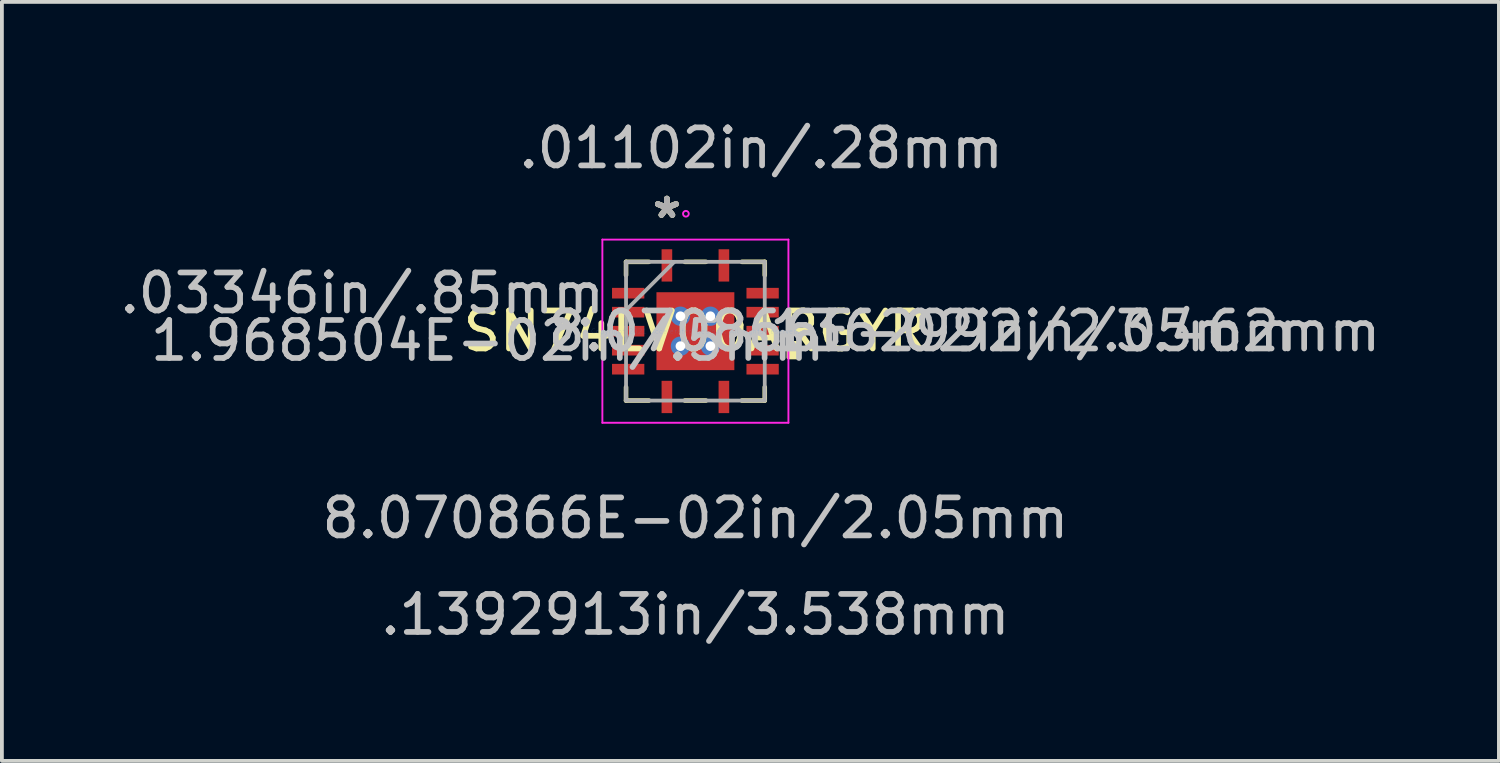
<source format=kicad_pcb>
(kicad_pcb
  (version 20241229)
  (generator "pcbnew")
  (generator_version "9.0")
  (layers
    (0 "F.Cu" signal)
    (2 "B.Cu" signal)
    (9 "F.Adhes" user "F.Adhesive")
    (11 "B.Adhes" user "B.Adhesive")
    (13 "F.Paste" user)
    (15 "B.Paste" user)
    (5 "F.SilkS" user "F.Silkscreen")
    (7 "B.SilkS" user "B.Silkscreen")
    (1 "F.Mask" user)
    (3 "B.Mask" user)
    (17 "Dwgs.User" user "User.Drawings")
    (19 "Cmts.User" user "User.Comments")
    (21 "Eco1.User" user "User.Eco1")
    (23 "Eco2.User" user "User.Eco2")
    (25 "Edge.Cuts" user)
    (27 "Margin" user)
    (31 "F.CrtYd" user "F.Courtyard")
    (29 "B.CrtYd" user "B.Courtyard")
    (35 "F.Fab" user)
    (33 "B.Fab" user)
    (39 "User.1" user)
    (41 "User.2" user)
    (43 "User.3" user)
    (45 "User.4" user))
  (footprint "SN74LV00ARGYR"
    (layer "F.Cu")
    (at 15.249 5.665)
    (property "Reference" "SN74LV00ARGYR" (at 0 0 0) (layer "F.SilkS") (effects (font (size 1 1) (thickness 0.15))))
    (attr through_hole)
    (fp_poly (pts (xy -2.264 -1.21) (xy -2.264 -0.79) (xy -1.274 -0.79) (xy -1.274 -1.21)) (stroke (width 0.1) (type solid)) (fill yes) (layer "F.Mask"))
    (fp_poly (pts (xy -2.264 -0.71) (xy -2.264 -0.29) (xy -1.274 -0.29) (xy -1.274 -0.71)) (stroke (width 0.1) (type solid)) (fill yes) (layer "F.Mask"))
    (fp_poly (pts (xy -2.264 -0.21) (xy -2.264 0.21) (xy -1.274 0.21) (xy -1.274 -0.21)) (stroke (width 0.1) (type solid)) (fill yes) (layer "F.Mask"))
    (fp_poly (pts (xy -2.264 0.29) (xy -2.264 0.71) (xy -1.274 0.71) (xy -1.274 0.29)) (stroke (width 0.1) (type solid)) (fill yes) (layer "F.Mask"))
    (fp_poly (pts (xy -2.264 0.79) (xy -2.264 1.21) (xy -1.274 1.21) (xy -1.274 0.79)) (stroke (width 0.1) (type solid)) (fill yes) (layer "F.Mask"))
    (fp_poly (pts (xy -1.089 -1.089) (xy -0.594 -1.089) (xy -0.594 1.089) (xy -1.089 1.089)) (stroke (width 0.1) (type solid)) (fill yes) (layer "F.Mask"))
    (fp_poly (pts (xy -1.089 -1.089) (xy 1.089 -1.089) (xy 1.089 -0.594) (xy -1.089 -0.594)) (stroke (width 0.1) (type solid)) (fill yes) (layer "F.Mask"))
    (fp_poly (pts (xy -1.089 -0.194) (xy 1.089 -0.194) (xy 1.089 0.194) (xy -1.089 0.194)) (stroke (width 0.1) (type solid)) (fill yes) (layer "F.Mask"))
    (fp_poly (pts (xy -1.089 0.594) (xy 1.089 0.594) (xy 1.089 1.089) (xy -1.089 1.089)) (stroke (width 0.1) (type solid)) (fill yes) (layer "F.Mask"))
    (fp_poly (pts (xy -0.96 -2.226) (xy -0.96 -1.236) (xy -0.54 -1.236) (xy -0.54 -2.226)) (stroke (width 0.1) (type solid)) (fill yes) (layer "F.Mask"))
    (fp_poly (pts (xy -0.96 1.236) (xy -0.96 2.226) (xy -0.54 2.226) (xy -0.54 1.236)) (stroke (width 0.1) (type solid)) (fill yes) (layer "F.Mask"))
    (fp_poly (pts (xy 0.194 -1.089) (xy -0.194 -1.089) (xy -0.194 1.089) (xy 0.194 1.089)) (stroke (width 0.1) (type solid)) (fill yes) (layer "F.Mask"))
    (fp_poly (pts (xy 0.54 -2.226) (xy 0.54 -1.236) (xy 0.96 -1.236) (xy 0.96 -2.226)) (stroke (width 0.1) (type solid)) (fill yes) (layer "F.Mask"))
    (fp_poly (pts (xy 0.54 1.236) (xy 0.54 2.226) (xy 0.96 2.226) (xy 0.96 1.236)) (stroke (width 0.1) (type solid)) (fill yes) (layer "F.Mask"))
    (fp_poly (pts (xy 0.594 -1.089) (xy 1.089 -1.089) (xy 1.089 1.089) (xy 0.594 1.089)) (stroke (width 0.1) (type solid)) (fill yes) (layer "F.Mask"))
    (fp_poly (pts (xy 1.274 -1.21) (xy 1.274 -0.79) (xy 2.264 -0.79) (xy 2.264 -1.21)) (stroke (width 0.1) (type solid)) (fill yes) (layer "F.Mask"))
    (fp_poly (pts (xy 1.274 -0.71) (xy 1.274 -0.29) (xy 2.264 -0.29) (xy 2.264 -0.71)) (stroke (width 0.1) (type solid)) (fill yes) (layer "F.Mask"))
    (fp_poly (pts (xy 1.274 -0.21) (xy 1.274 0.21) (xy 2.264 0.21) (xy 2.264 -0.21)) (stroke (width 0.1) (type solid)) (fill yes) (layer "F.Mask"))
    (fp_poly (pts (xy 1.274 0.29) (xy 1.274 0.71) (xy 2.264 0.71) (xy 2.264 0.29)) (stroke (width 0.1) (type solid)) (fill yes) (layer "F.Mask"))
    (fp_poly (pts (xy 1.274 0.79) (xy 1.274 1.21) (xy 2.264 1.21) (xy 2.264 0.79)) (stroke (width 0.1) (type solid)) (fill yes) (layer "F.Mask"))
    (fp_line (start -1.825 -1.825) (end -1.825 -1.473) (stroke (width 0.12) (type solid)) (layer "F.SilkS"))
    (fp_line (start -1.825 1.473) (end -1.825 1.825) (stroke (width 0.12) (type solid)) (layer "F.SilkS"))
    (fp_line (start -1.825 1.825) (end -1.223 1.825) (stroke (width 0.12) (type solid)) (layer "F.SilkS"))
    (fp_line (start -1.223 -1.825) (end -1.825 -1.825) (stroke (width 0.12) (type solid)) (layer "F.SilkS"))
    (fp_line (start -0.277 1.825) (end 0.277 1.825) (stroke (width 0.12) (type solid)) (layer "F.SilkS"))
    (fp_line (start 0.277 -1.825) (end -0.277 -1.825) (stroke (width 0.12) (type solid)) (layer "F.SilkS"))
    (fp_line (start 1.223 1.825) (end 1.825 1.825) (stroke (width 0.12) (type solid)) (layer "F.SilkS"))
    (fp_line (start 1.825 -1.825) (end 1.223 -1.825) (stroke (width 0.12) (type solid)) (layer "F.SilkS"))
    (fp_line (start 1.825 -1.473) (end 1.825 -1.825) (stroke (width 0.12) (type solid)) (layer "F.SilkS"))
    (fp_line (start 1.825 1.825) (end 1.825 1.473) (stroke (width 0.12) (type solid)) (layer "F.SilkS"))
    (fp_poly (pts (xy 2.702 0.309) (xy 2.702 0.69) (xy 2.448 0.69) (xy 2.448 0.309)) (stroke (width 0.1) (type solid)) (fill yes) (layer "F.SilkS"))
    (fp_poly (pts (xy -2.143 -1.089) (xy -2.143 -0.911) (xy -1.395 -0.911) (xy -1.395 -1.089)) (stroke (width 0.1) (type solid)) (fill yes) (layer "F.Paste"))
    (fp_poly (pts (xy -2.143 -0.589) (xy -2.143 -0.411) (xy -1.395 -0.411) (xy -1.395 -0.589)) (stroke (width 0.1) (type solid)) (fill yes) (layer "F.Paste"))
    (fp_poly (pts (xy -2.143 -0.089) (xy -2.143 0.089) (xy -1.395 0.089) (xy -1.395 -0.089)) (stroke (width 0.1) (type solid)) (fill yes) (layer "F.Paste"))
    (fp_poly (pts (xy -2.143 0.411) (xy -2.143 0.589) (xy -1.395 0.589) (xy -1.395 0.411)) (stroke (width 0.1) (type solid)) (fill yes) (layer "F.Paste"))
    (fp_poly (pts (xy -2.143 0.911) (xy -2.143 1.089) (xy -1.395 1.089) (xy -1.395 0.911)) (stroke (width 0.1) (type solid)) (fill yes) (layer "F.Paste"))
    (fp_poly (pts (xy -0.839 -2.105) (xy -0.839 -1.357) (xy -0.661 -1.357) (xy -0.661 -2.105)) (stroke (width 0.1) (type solid)) (fill yes) (layer "F.Paste"))
    (fp_poly (pts (xy -0.839 1.357) (xy -0.839 2.105) (xy -0.661 2.105) (xy -0.661 1.357)) (stroke (width 0.1) (type solid)) (fill yes) (layer "F.Paste"))
    (fp_poly (pts (xy 0.661 -2.105) (xy 0.661 -1.357) (xy 0.839 -1.357) (xy 0.839 -2.105)) (stroke (width 0.1) (type solid)) (fill yes) (layer "F.Paste"))
    (fp_poly (pts (xy 0.661 1.357) (xy 0.661 2.105) (xy 0.839 2.105) (xy 0.839 1.357)) (stroke (width 0.1) (type solid)) (fill yes) (layer "F.Paste"))
    (fp_poly (pts (xy 1.395 -1.089) (xy 1.395 -0.911) (xy 2.143 -0.911) (xy 2.143 -1.089)) (stroke (width 0.1) (type solid)) (fill yes) (layer "F.Paste"))
    (fp_poly (pts (xy 1.395 -0.589) (xy 1.395 -0.411) (xy 2.143 -0.411) (xy 2.143 -0.589)) (stroke (width 0.1) (type solid)) (fill yes) (layer "F.Paste"))
    (fp_poly (pts (xy 1.395 -0.089) (xy 1.395 0.089) (xy 2.143 0.089) (xy 2.143 -0.089)) (stroke (width 0.1) (type solid)) (fill yes) (layer "F.Paste"))
    (fp_poly (pts (xy 1.395 0.411) (xy 1.395 0.589) (xy 2.143 0.589) (xy 2.143 0.411)) (stroke (width 0.1) (type solid)) (fill yes) (layer "F.Paste"))
    (fp_poly (pts (xy 1.395 0.911) (xy 1.395 1.089) (xy 2.143 1.089) (xy 2.143 0.911)) (stroke (width 0.1) (type solid)) (fill yes) (layer "F.Paste"))
    (fp_poly (pts (xy -0.95 -0.95) (xy -0.95 -0.494) (xy -0.635 -0.494) (xy -0.494 -0.635) (xy -0.494 -0.95)) (stroke (width 0.1) (type solid)) (fill yes) (layer "F.Paste"))
    (fp_poly (pts (xy -0.95 0.494) (xy -0.95 0.95) (xy -0.494 0.95) (xy -0.494 0.635) (xy -0.635 0.494)) (stroke (width 0.1) (type solid)) (fill yes) (layer "F.Paste"))
    (fp_poly (pts (xy 0.494 -0.95) (xy 0.494 -0.635) (xy 0.635 -0.494) (xy 0.95 -0.494) (xy 0.95 -0.95)) (stroke (width 0.1) (type solid)) (fill yes) (layer "F.Paste"))
    (fp_poly (pts (xy 0.635 0.494) (xy 0.494 0.635) (xy 0.494 0.95) (xy 0.95 0.95) (xy 0.95 0.494)) (stroke (width 0.1) (type solid)) (fill yes) (layer "F.Paste"))
    (fp_poly (pts (xy -0.95 -0.294) (xy -0.95 0.294) (xy -0.635 0.294) (xy -0.494 0.152) (xy -0.494 -0.152) (xy -0.635 -0.294)) (stroke (width 0.1) (type solid)) (fill yes) (layer "F.Paste"))
    (fp_poly (pts (xy -0.294 -0.95) (xy -0.294 -0.635) (xy -0.152 -0.494) (xy 0.152 -0.494) (xy 0.294 -0.635) (xy 0.294 -0.95)) (stroke (width 0.1) (type solid)) (fill yes) (layer "F.Paste"))
    (fp_poly (pts (xy -0.152 0.494) (xy -0.294 0.635) (xy -0.294 0.95) (xy 0.294 0.95) (xy 0.294 0.635) (xy 0.152 0.494)) (stroke (width 0.1) (type solid)) (fill yes) (layer "F.Paste"))
    (fp_poly (pts (xy 0.635 -0.294) (xy 0.494 -0.152) (xy 0.494 0.152) (xy 0.635 0.294) (xy 0.95 0.294) (xy 0.95 -0.294)) (stroke (width 0.1) (type solid)) (fill yes) (layer "F.Paste"))
    (fp_poly (pts (xy -0.152 -0.294) (xy -0.294 -0.152) (xy -0.294 0.152) (xy -0.152 0.294) (xy 0.152 0.294) (xy 0.294 0.152) (xy 0.294 -0.152) (xy 0.152 -0.294)) (stroke (width 0.1) (type solid)) (fill yes) (layer "F.Paste"))
    (fp_line (start -2.448 -2.41) (end 2.448 -2.41) (stroke (width 0.05) (type solid)) (layer "F.CrtYd"))
    (fp_line (start -2.448 2.41) (end -2.448 -2.41) (stroke (width 0.05) (type solid)) (layer "F.CrtYd"))
    (fp_line (start 2.448 -2.41) (end 2.448 2.41) (stroke (width 0.05) (type solid)) (layer "F.CrtYd"))
    (fp_line (start 2.448 2.41) (end -2.448 2.41) (stroke (width 0.05) (type solid)) (layer "F.CrtYd"))
    (fp_circle (center -0.25 -3.09) (end -0.174 -3.09) (stroke (width 0.05) (type solid)) (fill no) (layer "F.CrtYd"))
    (fp_line (start -1.825 -1.825) (end -1.825 1.825) (stroke (width 0.1) (type solid)) (layer "F.Fab"))
    (fp_line (start -1.825 -0.555) (end -0.555 -1.825) (stroke (width 0.1) (type solid)) (layer "F.Fab"))
    (fp_line (start -1.825 1.825) (end 1.825 1.825) (stroke (width 0.1) (type solid)) (layer "F.Fab"))
    (fp_line (start 1.825 -1.825) (end -1.825 -1.825) (stroke (width 0.1) (type solid)) (layer "F.Fab"))
    (fp_line (start 1.825 1.825) (end 1.825 -1.825) (stroke (width 0.1) (type solid)) (layer "F.Fab"))
    (fp_text user "*" (at -0.75 -2.943 0) (layer "F.SilkS") (effects (font (size 1 1) (thickness 0.15))))
    (fp_text user "*" (at -0.75 -2.943 0) (layer "F.SilkS") (effects (font (size 1 1) (thickness 0.15))))
    (fp_text user "8.070866E-02in/2.05mm" (at 0 4.919 0) (layer "Dwgs.User") (effects (font (size 1 1) (thickness 0.15))))
    (fp_text user "8.070866E-02in/2.05mm" (at 5.947 0 0) (layer "Dwgs.User") (effects (font (size 1 1) (thickness 0.15))))
    (fp_text user ".1362992in/3.462mm" (at 9.757 0 0) (layer "Dwgs.User") (effects (font (size 1 1) (thickness 0.15))))
    (fp_text user "1.968504E-02in/.5mm" (at -5.465 0.25 0) (layer "Dwgs.User") (effects (font (size 1 1) (thickness 0.15))))
    (fp_text user ".03346in/.85mm" (at -8.767 -1 0) (layer "Dwgs.User") (effects (font (size 1 1) (thickness 0.15))))
    (fp_text user ".01102in/.28mm" (at 1.731 -4.817 0) (layer "Dwgs.User") (effects (font (size 1 1) (thickness 0.15))))
    (fp_text user ".1392913in/3.538mm" (at 0 7.459 0) (layer "Dwgs.User") (effects (font (size 1 1) (thickness 0.15))))
    (fp_text user "Copyright 2021 Accelerated Designs. All rights reserved." (at 0 0 0) (layer "Cmts.User") (effects (font (size 0.127 0.127) (thickness 0.002))))
    (fp_text user "*" (at -0.75 -2.943 0) (layer "F.Fab") (effects (font (size 1 1) (thickness 0.15))))
    (fp_text user "*" (at -0.75 -2.943 0) (layer "F.Fab") (effects (font (size 1 1) (thickness 0.15))))
    (pad "1" smd rect (at -0.75 -1.731) (size 0.28 0.85) (layers "F.Cu" "F.Mask" "F.Paste"))
    (pad "2" smd rect (at -1.769 -1 90) (size 0.28 0.85) (layers "F.Cu" "F.Mask" "F.Paste"))
    (pad "3" smd rect (at -1.769 -0.5 90) (size 0.28 0.85) (layers "F.Cu" "F.Mask" "F.Paste"))
    (pad "4" smd rect (at -1.769 0 90) (size 0.28 0.85) (layers "F.Cu" "F.Mask" "F.Paste"))
    (pad "5" smd rect (at -1.769 0.5 90) (size 0.28 0.85) (layers "F.Cu" "F.Mask" "F.Paste"))
    (pad "6" smd rect (at -1.769 1 90) (size 0.28 0.85) (layers "F.Cu" "F.Mask" "F.Paste"))
    (pad "7" smd rect (at -0.75 1.731) (size 0.28 0.85) (layers "F.Cu" "F.Mask" "F.Paste"))
    (pad "8" smd rect (at 0.75 1.731) (size 0.28 0.85) (layers "F.Cu" "F.Mask" "F.Paste"))
    (pad "9" smd rect (at 1.769 1 90) (size 0.28 0.85) (layers "F.Cu" "F.Mask" "F.Paste"))
    (pad "10" smd rect (at 1.769 0.5 90) (size 0.28 0.85) (layers "F.Cu" "F.Mask" "F.Paste"))
    (pad "11" smd rect (at 1.769 0 90) (size 0.28 0.85) (layers "F.Cu" "F.Mask" "F.Paste"))
    (pad "12" smd rect (at 1.769 -0.5 90) (size 0.28 0.85) (layers "F.Cu" "F.Mask" "F.Paste"))
    (pad "13" smd rect (at 1.769 -1 90) (size 0.28 0.85) (layers "F.Cu" "F.Mask" "F.Paste"))
    (pad "14" smd rect (at 0.75 -1.731) (size 0.28 0.85) (layers "F.Cu" "F.Mask" "F.Paste"))
    (pad "15" smd rect (at 0 0) (size 2.05 2.05) (layers "F.Cu" "F.Mask" "F.Paste"))
    (pad "V" thru_hole circle (at -0.394 -0.394) (size 0.508 0.508) (drill 0.254) (layers "*.Cu" "*.Mask"))
    (pad "V" thru_hole circle (at -0.394 0.394) (size 0.508 0.508) (drill 0.254) (layers "*.Cu" "*.Mask"))
    (pad "V" thru_hole circle (at 0.394 -0.394) (size 0.508 0.508) (drill 0.254) (layers "*.Cu" "*.Mask"))
    (pad "V" thru_hole circle (at 0.394 0.394) (size 0.508 0.508) (drill 0.254) (layers "*.Cu" "*.Mask")))
  (gr_rect
    (start -3 -3)
    (end 36.393 16.972)
    (stroke (width 0.1) (type default))
    (fill no)
    (layer "Edge.Cuts")))
</source>
